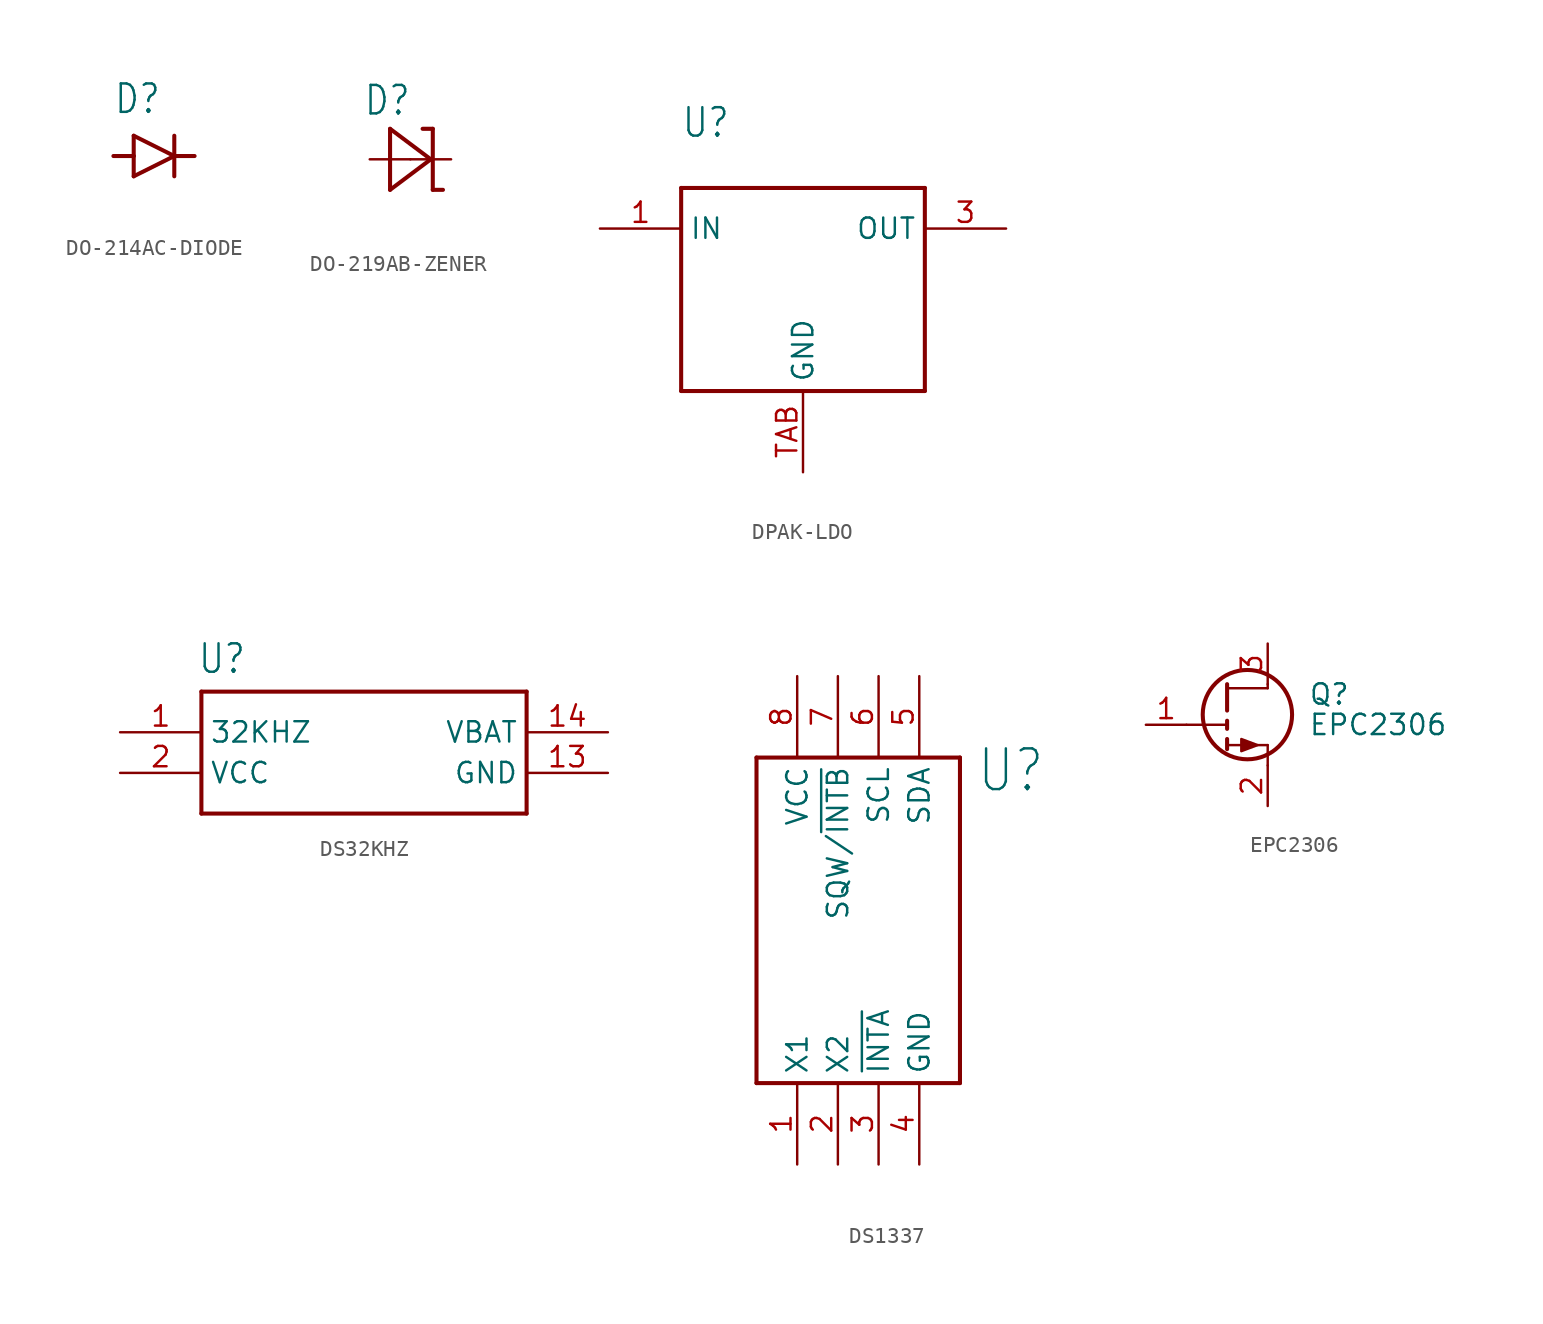
<source format=kicad_sym>
(kicad_symbol_lib
  (version 20231120)
  (generator "kicad_symbol_editor")
  (generator_version "8.0")
  (symbol "DO-214AC-DIODE"
    (property "Reference" "D"
      (at -2.54 2.54 0)
      (effects (font (size 1.778 1.511)) (justify left bottom)))
    (property "Value" ""
      (at -2.54 -3.81 0)
      (effects (font (size 1.778 1.511)) (justify left bottom)))
    (property "ki_locked" ""
      (at 0 0 0)
      (effects (font (size 1.27 1.27))))
    (symbol "DO-214AC-DIODE_1_0"
      (polyline (pts (xy -1.27 -1.27) (xy 1.27 0)) (stroke (width 0.254) (type solid)) (fill (type none)))
      (polyline (pts (xy -1.27 0) (xy -2.54 0)) (stroke (width 0.254) (type solid)) (fill (type none)))
      (polyline (pts (xy -1.27 0) (xy -1.27 -1.27)) (stroke (width 0.254) (type solid)) (fill (type none)))
      (polyline (pts (xy -1.27 1.27) (xy -1.27 0)) (stroke (width 0.254) (type solid)) (fill (type none)))
      (polyline (pts (xy 1.27 0) (xy -1.27 1.27)) (stroke (width 0.254) (type solid)) (fill (type none)))
      (polyline (pts (xy 1.27 0) (xy 1.27 -1.27)) (stroke (width 0.254) (type solid)) (fill (type none)))
      (polyline (pts (xy 1.27 0) (xy 2.54 0)) (stroke (width 0.254) (type solid)) (fill (type none)))
      (polyline (pts (xy 1.27 1.27) (xy 1.27 0)) (stroke (width 0.254) (type solid)) (fill (type none)))
      (pin passive line (at -2.54 0 0) (length 0) (name "A" (effects (font (size 0 0)))) (number "A" (effects (font (size 0 0)))))
      (pin passive line (at 2.54 0 180) (length 0) (name "C" (effects (font (size 0 0)))) (number "C" (effects (font (size 0 0)))))))
  (symbol "DO-219AB-ZENER"
    (property "Reference" "D"
      (at -2.946 2.642 0)
      (effects (font (size 1.778 1.511)) (justify left bottom)))
    (property "Value" ""
      (at -4.47 -4.496 0)
      (effects (font (size 1.778 1.511)) (justify left bottom)))
    (property "ki_locked" ""
      (at 0 0 0)
      (effects (font (size 1.27 1.27))))
    (symbol "DO-219AB-ZENER_1_0"
      (polyline (pts (xy -1.27 -1.905) (xy 1.27 0)) (stroke (width 0.254) (type solid)) (fill (type none)))
      (polyline (pts (xy -1.27 1.905) (xy -1.27 -1.905)) (stroke (width 0.254) (type solid)) (fill (type none)))
      (polyline (pts (xy 1.27 0) (xy -1.27 1.905)) (stroke (width 0.254) (type solid)) (fill (type none)))
      (polyline (pts (xy 1.397 -1.905) (xy 2.032 -1.905)) (stroke (width 0.254) (type solid)) (fill (type none)))
      (polyline (pts (xy 1.397 1.905) (xy 0.762 1.905)) (stroke (width 0.254) (type solid)) (fill (type none)))
      (polyline (pts (xy 1.397 1.905) (xy 1.397 -1.905)) (stroke (width 0.254) (type solid)) (fill (type none)))
      (pin passive line (at -2.54 0 0) (length 2.54) (name "A" (effects (font (size 0 0)))) (number "A" (effects (font (size 0 0)))))
      (pin passive line (at 2.54 0 180) (length 2.54) (name "C" (effects (font (size 0 0)))) (number "K" (effects (font (size 0 0)))))))
  (symbol "DPAK-LDO"
    (property "Reference" "U"
      (at -7.62 8.128 0)
      (effects (font (size 1.778 1.511)) (justify left bottom)))
    (property "Value" ""
      (at -7.62 5.842 0)
      (effects (font (size 1.778 1.511)) (justify left bottom)))
    (property "ki_locked" ""
      (at 0 0 0)
      (effects (font (size 1.27 1.27))))
    (symbol "DPAK-LDO_1_0"
      (polyline (pts (xy -7.62 -7.62) (xy 7.62 -7.62)) (stroke (width 0.254) (type solid)) (fill (type none)))
      (polyline (pts (xy -7.62 5.08) (xy -7.62 -7.62)) (stroke (width 0.254) (type solid)) (fill (type none)))
      (polyline (pts (xy 7.62 -7.62) (xy 7.62 5.08)) (stroke (width 0.254) (type solid)) (fill (type none)))
      (polyline (pts (xy 7.62 5.08) (xy -7.62 5.08)) (stroke (width 0.254) (type solid)) (fill (type none)))
      (pin bidirectional line (at -12.7 2.54 0) (length 5.08) (name "IN" (effects (font (size 1.27 1.27)))) (number "1" (effects (font (size 1.27 1.27)))))
      (pin bidirectional line (at 12.7 2.54 180) (length 5.08) (name "OUT" (effects (font (size 1.27 1.27)))) (number "3" (effects (font (size 1.27 1.27)))))
      (pin bidirectional line (at 0 -12.7 90) (length 5.08) (name "GND" (effects (font (size 1.27 1.27)))) (number "TAB" (effects (font (size 1.27 1.27)))))))
  (symbol "DS32KHZ"
    (property "Reference" "U"
      (at -10.414 6.096 0)
      (effects (font (size 1.778 1.511)) (justify left bottom)))
    (property "Value" ""
      (at 1.016 6.096 0)
      (effects (font (size 1.778 1.511)) (justify left bottom)))
    (property "ki_locked" ""
      (at 0 0 0)
      (effects (font (size 1.27 1.27))))
    (symbol "DS32KHZ_1_0"
      (polyline (pts (xy -10.16 -2.54) (xy -10.16 5.08)) (stroke (width 0.254) (type solid)) (fill (type none)))
      (polyline (pts (xy -10.16 5.08) (xy 10.16 5.08)) (stroke (width 0.254) (type solid)) (fill (type none)))
      (polyline (pts (xy 10.16 -2.54) (xy -10.16 -2.54)) (stroke (width 0.254) (type solid)) (fill (type none)))
      (polyline (pts (xy 10.16 5.08) (xy 10.16 -2.54)) (stroke (width 0.254) (type solid)) (fill (type none)))
      (pin bidirectional line (at -15.24 2.54 0) (length 5.08) (name "32KHZ" (effects (font (size 1.27 1.27)))) (number "1" (effects (font (size 1.27 1.27)))))
      (pin power_in line (at 15.24 0 180) (length 5.08) (name "GND" (effects (font (size 1.27 1.27)))) (number "13" (effects (font (size 1.27 1.27)))))
      (pin power_in line (at 15.24 2.54 180) (length 5.08) (name "VBAT" (effects (font (size 1.27 1.27)))) (number "14" (effects (font (size 1.27 1.27)))))
      (pin power_in line (at -15.24 0 0) (length 5.08) (name "VCC" (effects (font (size 1.27 1.27)))) (number "2" (effects (font (size 1.27 1.27)))))))
  (symbol "DS1337"
    (property "Reference" "U"
      (at 6.096 7.874 0)
      (effects (font (size 2.54 2.159)) (justify left bottom)))
    (property "Value" ""
      (at 6.096 4.826 0)
      (effects (font (size 2.54 2.159)) (justify left bottom)))
    (property "ki_locked" ""
      (at 0 0 0)
      (effects (font (size 1.27 1.27))))
    (symbol "DS1337_1_0"
      (polyline (pts (xy -7.62 -10.16) (xy -7.62 10.16)) (stroke (width 0.254) (type solid)) (fill (type none)))
      (polyline (pts (xy -7.62 10.16) (xy 5.08 10.16)) (stroke (width 0.254) (type solid)) (fill (type none)))
      (polyline (pts (xy 5.08 -10.16) (xy -7.62 -10.16)) (stroke (width 0.254) (type solid)) (fill (type none)))
      (polyline (pts (xy 5.08 10.16) (xy 5.08 -10.16)) (stroke (width 0.254) (type solid)) (fill (type none)))
      (pin bidirectional line (at -5.08 -15.24 90) (length 5.08) (name "X1" (effects (font (size 1.27 1.27)))) (number "1" (effects (font (size 1.27 1.27)))))
      (pin bidirectional line (at -2.54 -15.24 90) (length 5.08) (name "X2" (effects (font (size 1.27 1.27)))) (number "2" (effects (font (size 1.27 1.27)))))
      (pin bidirectional line (at 0 -15.24 90) (length 5.08) (name "~{INTA}" (effects (font (size 1.27 1.27)))) (number "3" (effects (font (size 1.27 1.27)))))
      (pin bidirectional line (at 2.54 -15.24 90) (length 5.08) (name "GND" (effects (font (size 1.27 1.27)))) (number "4" (effects (font (size 1.27 1.27)))))
      (pin bidirectional line (at 2.54 15.24 270) (length 5.08) (name "SDA" (effects (font (size 1.27 1.27)))) (number "5" (effects (font (size 1.27 1.27)))))
      (pin bidirectional line (at 0 15.24 270) (length 5.08) (name "SCL" (effects (font (size 1.27 1.27)))) (number "6" (effects (font (size 1.27 1.27)))))
      (pin bidirectional line (at -2.54 15.24 270) (length 5.08) (name "SQW/~{INTB}" (effects (font (size 1.27 1.27)))) (number "7" (effects (font (size 1.27 1.27)))))
      (pin bidirectional line (at -5.08 15.24 270) (length 5.08) (name "VCC" (effects (font (size 1.27 1.27)))) (number "8" (effects (font (size 1.27 1.27)))))))
  (symbol "EPC2306"
    (pin_names
      (offset 0) hide)
    (property "Reference" "Q"
      (at 5.08 1.905 0)
      (effects (font (size 1.27 1.27)) (justify left)))
    (property "Value" "EPC2306"
      (at 5.08 0 0)
      (effects (font (size 1.27 1.27)) (justify left)))
    (symbol "EPC2306_0_1"
      (polyline (pts (xy 0 0) (xy -2.54 0)) (stroke (width 0) (type default)) (fill (type none)))
      (polyline (pts (xy 0 2.286) (xy 2.54 2.286)) (stroke (width 0) (type default)) (fill (type none)))
      (polyline (pts (xy 2.54 -2.54) (xy 2.54 -1.27)) (stroke (width 0) (type default)) (fill (type none)))
      (polyline (pts (xy 2.54 -1.27) (xy 0 -1.27)) (stroke (width 0) (type default)) (fill (type none)))
      (polyline (pts (xy 2.54 2.286) (xy 2.54 2.54)) (stroke (width 0) (type default)) (fill (type none)))
      (polyline (pts (xy 1.905 -1.27) (xy 0.889 -0.889) (xy 0.889 -1.651) (xy 1.905 -1.27)) (stroke (width 0) (type default)) (fill (type outline)))
      (circle (center 1.27 0.635) (radius 2.794) (stroke (width 0.254) (type default)) (fill (type none))))
    (symbol "EPC2306_1_1"
      (polyline (pts (xy 0 -0.889) (xy 0 -1.524)) (stroke (width 0.254) (type default)) (fill (type none)))
      (polyline (pts (xy 0 0.254) (xy 0 -0.254)) (stroke (width 0.254) (type default)) (fill (type none)))
      (polyline (pts (xy 0 0.889) (xy 0 2.54)) (stroke (width 0.254) (type default)) (fill (type none)))
      (pin input line (at -5.08 0 0) (length 2.54) (name "G" (effects (font (size 1.27 1.27)))) (number "1" (effects (font (size 1.27 1.27)))))
      (pin passive line (at 2.54 -5.08 90) (length 2.54) (name "S" (effects (font (size 1.27 1.27)))) (number "2" (effects (font (size 1.27 1.27)))))
      (pin passive line (at 2.54 5.08 270) (length 2.54) (name "D" (effects (font (size 1.27 1.27)))) (number "3" (effects (font (size 1.27 1.27)))))
      (pin passive line (at 2.54 -5.08 90) (length 2.54) hide (name "S" (effects (font (size 1.27 1.27)))) (number "4" (effects (font (size 1.27 1.27)))))
      (pin passive line (at 2.54 5.08 270) (length 2.54) hide (name "D" (effects (font (size 1.27 1.27)))) (number "5" (effects (font (size 1.27 1.27)))))
      (pin passive line (at 2.54 -5.08 90) (length 2.54) hide (name "S" (effects (font (size 1.27 1.27)))) (number "6" (effects (font (size 1.27 1.27)))))
      (pin passive line (at 2.54 5.08 270) (length 2.54) hide (name "D" (effects (font (size 1.27 1.27)))) (number "7" (effects (font (size 1.27 1.27))))))))
</source>
